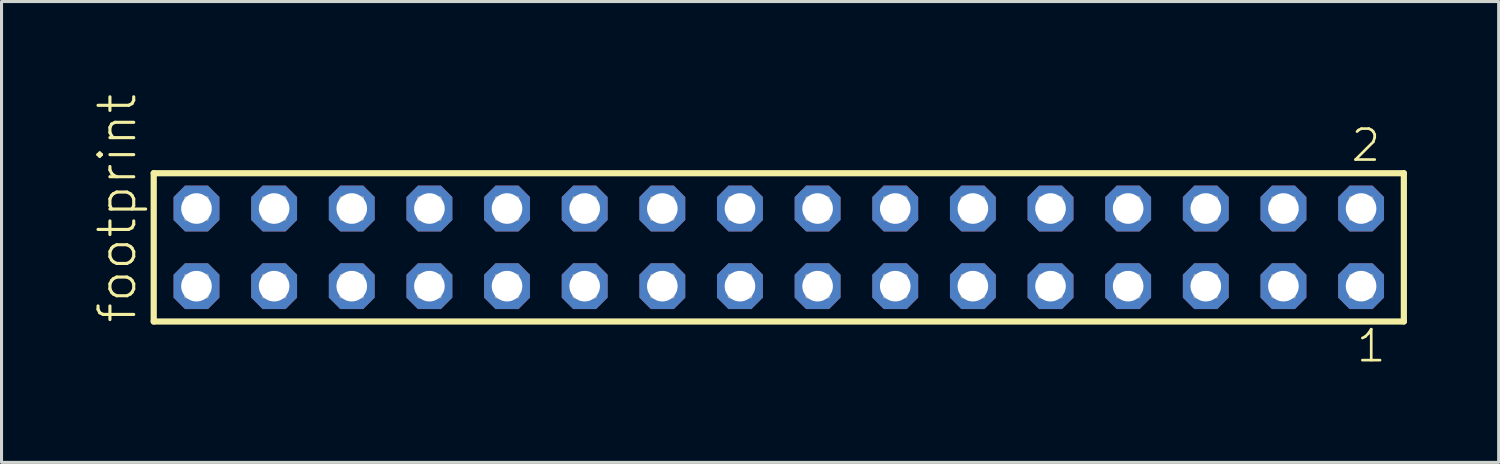
<source format=kicad_pcb>
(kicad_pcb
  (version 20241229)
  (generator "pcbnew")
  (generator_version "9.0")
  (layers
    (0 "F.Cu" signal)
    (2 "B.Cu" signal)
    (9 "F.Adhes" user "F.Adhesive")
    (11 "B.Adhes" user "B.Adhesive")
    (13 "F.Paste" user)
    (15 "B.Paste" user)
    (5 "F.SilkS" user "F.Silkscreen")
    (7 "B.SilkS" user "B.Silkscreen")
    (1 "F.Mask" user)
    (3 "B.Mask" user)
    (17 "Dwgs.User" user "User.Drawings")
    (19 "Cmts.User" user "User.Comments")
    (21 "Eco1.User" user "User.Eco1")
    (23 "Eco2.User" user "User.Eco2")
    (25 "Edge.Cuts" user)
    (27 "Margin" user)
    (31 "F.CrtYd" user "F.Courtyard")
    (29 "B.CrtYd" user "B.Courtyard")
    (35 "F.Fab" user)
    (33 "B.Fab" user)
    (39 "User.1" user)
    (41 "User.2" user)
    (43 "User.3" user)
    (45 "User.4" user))
  (footprint "footprint"
    (layer "F.Cu")
    (at 22.428 5.042)
    (property "Reference" "footprint" (at -20.955 2.54 90) (layer "F.SilkS") (effects (font (size 1.168 1.168) (thickness 0.102)) (justify left bottom)))
    (fp_line (start -20.449 -2.425) (end 20.449 -2.425) (stroke (width 0.203) (type solid)) (layer "F.SilkS"))
    (fp_line (start -20.449 2.425) (end -20.449 -2.425) (stroke (width 0.203) (type solid)) (layer "F.SilkS"))
    (fp_line (start 20.449 -2.425) (end 20.449 2.425) (stroke (width 0.203) (type solid)) (layer "F.SilkS"))
    (fp_line (start 20.449 2.425) (end -20.449 2.425) (stroke (width 0.203) (type solid)) (layer "F.SilkS"))
    (fp_poly (pts (xy -19.4 -0.92) (xy -18.7 -0.92) (xy -18.7 -1.62) (xy -19.4 -1.62)) (stroke (width 0.1) (type solid)) (fill no) (layer "F.Fab"))
    (fp_poly (pts (xy -19.4 1.62) (xy -18.7 1.62) (xy -18.7 0.92) (xy -19.4 0.92)) (stroke (width 0.1) (type solid)) (fill no) (layer "F.Fab"))
    (fp_poly (pts (xy -16.86 -0.92) (xy -16.16 -0.92) (xy -16.16 -1.62) (xy -16.86 -1.62)) (stroke (width 0.1) (type solid)) (fill no) (layer "F.Fab"))
    (fp_poly (pts (xy -16.86 1.62) (xy -16.16 1.62) (xy -16.16 0.92) (xy -16.86 0.92)) (stroke (width 0.1) (type solid)) (fill no) (layer "F.Fab"))
    (fp_poly (pts (xy -14.32 -0.92) (xy -13.62 -0.92) (xy -13.62 -1.62) (xy -14.32 -1.62)) (stroke (width 0.1) (type solid)) (fill no) (layer "F.Fab"))
    (fp_poly (pts (xy -14.32 1.62) (xy -13.62 1.62) (xy -13.62 0.92) (xy -14.32 0.92)) (stroke (width 0.1) (type solid)) (fill no) (layer "F.Fab"))
    (fp_poly (pts (xy -11.78 -0.92) (xy -11.08 -0.92) (xy -11.08 -1.62) (xy -11.78 -1.62)) (stroke (width 0.1) (type solid)) (fill no) (layer "F.Fab"))
    (fp_poly (pts (xy -11.78 1.62) (xy -11.08 1.62) (xy -11.08 0.92) (xy -11.78 0.92)) (stroke (width 0.1) (type solid)) (fill no) (layer "F.Fab"))
    (fp_poly (pts (xy -9.24 -0.92) (xy -8.54 -0.92) (xy -8.54 -1.62) (xy -9.24 -1.62)) (stroke (width 0.1) (type solid)) (fill no) (layer "F.Fab"))
    (fp_poly (pts (xy -9.24 1.62) (xy -8.54 1.62) (xy -8.54 0.92) (xy -9.24 0.92)) (stroke (width 0.1) (type solid)) (fill no) (layer "F.Fab"))
    (fp_poly (pts (xy -6.7 -0.92) (xy -6 -0.92) (xy -6 -1.62) (xy -6.7 -1.62)) (stroke (width 0.1) (type solid)) (fill no) (layer "F.Fab"))
    (fp_poly (pts (xy -6.7 1.62) (xy -6 1.62) (xy -6 0.92) (xy -6.7 0.92)) (stroke (width 0.1) (type solid)) (fill no) (layer "F.Fab"))
    (fp_poly (pts (xy -4.16 -0.92) (xy -3.46 -0.92) (xy -3.46 -1.62) (xy -4.16 -1.62)) (stroke (width 0.1) (type solid)) (fill no) (layer "F.Fab"))
    (fp_poly (pts (xy -4.16 1.62) (xy -3.46 1.62) (xy -3.46 0.92) (xy -4.16 0.92)) (stroke (width 0.1) (type solid)) (fill no) (layer "F.Fab"))
    (fp_poly (pts (xy -1.62 -0.92) (xy -0.92 -0.92) (xy -0.92 -1.62) (xy -1.62 -1.62)) (stroke (width 0.1) (type solid)) (fill no) (layer "F.Fab"))
    (fp_poly (pts (xy -1.62 1.62) (xy -0.92 1.62) (xy -0.92 0.92) (xy -1.62 0.92)) (stroke (width 0.1) (type solid)) (fill no) (layer "F.Fab"))
    (fp_poly (pts (xy 0.92 -0.92) (xy 1.62 -0.92) (xy 1.62 -1.62) (xy 0.92 -1.62)) (stroke (width 0.1) (type solid)) (fill no) (layer "F.Fab"))
    (fp_poly (pts (xy 0.92 1.62) (xy 1.62 1.62) (xy 1.62 0.92) (xy 0.92 0.92)) (stroke (width 0.1) (type solid)) (fill no) (layer "F.Fab"))
    (fp_poly (pts (xy 3.46 -0.92) (xy 4.16 -0.92) (xy 4.16 -1.62) (xy 3.46 -1.62)) (stroke (width 0.1) (type solid)) (fill no) (layer "F.Fab"))
    (fp_poly (pts (xy 3.46 1.62) (xy 4.16 1.62) (xy 4.16 0.92) (xy 3.46 0.92)) (stroke (width 0.1) (type solid)) (fill no) (layer "F.Fab"))
    (fp_poly (pts (xy 6 -0.92) (xy 6.7 -0.92) (xy 6.7 -1.62) (xy 6 -1.62)) (stroke (width 0.1) (type solid)) (fill no) (layer "F.Fab"))
    (fp_poly (pts (xy 6 1.62) (xy 6.7 1.62) (xy 6.7 0.92) (xy 6 0.92)) (stroke (width 0.1) (type solid)) (fill no) (layer "F.Fab"))
    (fp_poly (pts (xy 8.54 -0.92) (xy 9.24 -0.92) (xy 9.24 -1.62) (xy 8.54 -1.62)) (stroke (width 0.1) (type solid)) (fill no) (layer "F.Fab"))
    (fp_poly (pts (xy 8.54 1.62) (xy 9.24 1.62) (xy 9.24 0.92) (xy 8.54 0.92)) (stroke (width 0.1) (type solid)) (fill no) (layer "F.Fab"))
    (fp_poly (pts (xy 11.08 -0.92) (xy 11.78 -0.92) (xy 11.78 -1.62) (xy 11.08 -1.62)) (stroke (width 0.1) (type solid)) (fill no) (layer "F.Fab"))
    (fp_poly (pts (xy 11.08 1.62) (xy 11.78 1.62) (xy 11.78 0.92) (xy 11.08 0.92)) (stroke (width 0.1) (type solid)) (fill no) (layer "F.Fab"))
    (fp_poly (pts (xy 13.62 -0.92) (xy 14.32 -0.92) (xy 14.32 -1.62) (xy 13.62 -1.62)) (stroke (width 0.1) (type solid)) (fill no) (layer "F.Fab"))
    (fp_poly (pts (xy 13.62 1.62) (xy 14.32 1.62) (xy 14.32 0.92) (xy 13.62 0.92)) (stroke (width 0.1) (type solid)) (fill no) (layer "F.Fab"))
    (fp_poly (pts (xy 16.16 -0.92) (xy 16.86 -0.92) (xy 16.86 -1.62) (xy 16.16 -1.62)) (stroke (width 0.1) (type solid)) (fill no) (layer "F.Fab"))
    (fp_poly (pts (xy 16.16 1.62) (xy 16.86 1.62) (xy 16.86 0.92) (xy 16.16 0.92)) (stroke (width 0.1) (type solid)) (fill no) (layer "F.Fab"))
    (fp_poly (pts (xy 18.7 -0.92) (xy 19.4 -0.92) (xy 19.4 -1.62) (xy 18.7 -1.62)) (stroke (width 0.1) (type solid)) (fill no) (layer "F.Fab"))
    (fp_poly (pts (xy 18.7 1.62) (xy 19.4 1.62) (xy 19.4 0.92) (xy 18.7 0.92)) (stroke (width 0.1) (type solid)) (fill no) (layer "F.Fab"))
    (fp_text user "1" (at 18.842 3.818 0) (layer "F.SilkS") (effects (font (size 1.012 1.012) (thickness 0.088)) (justify left bottom)))
    (fp_text user "2" (at 18.667 -2.744 0) (layer "F.SilkS") (effects (font (size 1.012 1.012) (thickness 0.088)) (justify left bottom)))
    (pad "1" thru_hole roundrect (at 19.05 1.27 180) (size 1.5 1.5) (drill 1) (layers "*.Cu" "*.Mask") (roundrect_rratio 0.25) (chamfer_ratio 0.25) (chamfer top_left top_right bottom_left bottom_right))
    (pad "2" thru_hole roundrect (at 19.05 -1.27 180) (size 1.5 1.5) (drill 1) (layers "*.Cu" "*.Mask") (roundrect_rratio 0.25) (chamfer_ratio 0.25) (chamfer top_left top_right bottom_left bottom_right))
    (pad "3" thru_hole roundrect (at 16.51 1.27 180) (size 1.5 1.5) (drill 1) (layers "*.Cu" "*.Mask") (roundrect_rratio 0.25) (chamfer_ratio 0.25) (chamfer top_left top_right bottom_left bottom_right))
    (pad "4" thru_hole roundrect (at 16.51 -1.27 180) (size 1.5 1.5) (drill 1) (layers "*.Cu" "*.Mask") (roundrect_rratio 0.25) (chamfer_ratio 0.25) (chamfer top_left top_right bottom_left bottom_right))
    (pad "5" thru_hole roundrect (at 13.97 1.27 180) (size 1.5 1.5) (drill 1) (layers "*.Cu" "*.Mask") (roundrect_rratio 0.25) (chamfer_ratio 0.25) (chamfer top_left top_right bottom_left bottom_right))
    (pad "6" thru_hole roundrect (at 13.97 -1.27 180) (size 1.5 1.5) (drill 1) (layers "*.Cu" "*.Mask") (roundrect_rratio 0.25) (chamfer_ratio 0.25) (chamfer top_left top_right bottom_left bottom_right))
    (pad "7" thru_hole roundrect (at 11.43 1.27 180) (size 1.5 1.5) (drill 1) (layers "*.Cu" "*.Mask") (roundrect_rratio 0.25) (chamfer_ratio 0.25) (chamfer top_left top_right bottom_left bottom_right))
    (pad "8" thru_hole roundrect (at 11.43 -1.27 180) (size 1.5 1.5) (drill 1) (layers "*.Cu" "*.Mask") (roundrect_rratio 0.25) (chamfer_ratio 0.25) (chamfer top_left top_right bottom_left bottom_right))
    (pad "9" thru_hole roundrect (at 8.89 1.27 180) (size 1.5 1.5) (drill 1) (layers "*.Cu" "*.Mask") (roundrect_rratio 0.25) (chamfer_ratio 0.25) (chamfer top_left top_right bottom_left bottom_right))
    (pad "10" thru_hole roundrect (at 8.89 -1.27 180) (size 1.5 1.5) (drill 1) (layers "*.Cu" "*.Mask") (roundrect_rratio 0.25) (chamfer_ratio 0.25) (chamfer top_left top_right bottom_left bottom_right))
    (pad "11" thru_hole roundrect (at 6.35 1.27 180) (size 1.5 1.5) (drill 1) (layers "*.Cu" "*.Mask") (roundrect_rratio 0.25) (chamfer_ratio 0.25) (chamfer top_left top_right bottom_left bottom_right))
    (pad "12" thru_hole roundrect (at 6.35 -1.27 180) (size 1.5 1.5) (drill 1) (layers "*.Cu" "*.Mask") (roundrect_rratio 0.25) (chamfer_ratio 0.25) (chamfer top_left top_right bottom_left bottom_right))
    (pad "13" thru_hole roundrect (at 3.81 1.27 180) (size 1.5 1.5) (drill 1) (layers "*.Cu" "*.Mask") (roundrect_rratio 0.25) (chamfer_ratio 0.25) (chamfer top_left top_right bottom_left bottom_right))
    (pad "14" thru_hole roundrect (at 3.81 -1.27 180) (size 1.5 1.5) (drill 1) (layers "*.Cu" "*.Mask") (roundrect_rratio 0.25) (chamfer_ratio 0.25) (chamfer top_left top_right bottom_left bottom_right))
    (pad "15" thru_hole roundrect (at 1.27 1.27 180) (size 1.5 1.5) (drill 1) (layers "*.Cu" "*.Mask") (roundrect_rratio 0.25) (chamfer_ratio 0.25) (chamfer top_left top_right bottom_left bottom_right))
    (pad "16" thru_hole roundrect (at 1.27 -1.27 180) (size 1.5 1.5) (drill 1) (layers "*.Cu" "*.Mask") (roundrect_rratio 0.25) (chamfer_ratio 0.25) (chamfer top_left top_right bottom_left bottom_right))
    (pad "17" thru_hole roundrect (at -1.27 1.27 180) (size 1.5 1.5) (drill 1) (layers "*.Cu" "*.Mask") (roundrect_rratio 0.25) (chamfer_ratio 0.25) (chamfer top_left top_right bottom_left bottom_right))
    (pad "18" thru_hole roundrect (at -1.27 -1.27 180) (size 1.5 1.5) (drill 1) (layers "*.Cu" "*.Mask") (roundrect_rratio 0.25) (chamfer_ratio 0.25) (chamfer top_left top_right bottom_left bottom_right))
    (pad "19" thru_hole roundrect (at -3.81 1.27 180) (size 1.5 1.5) (drill 1) (layers "*.Cu" "*.Mask") (roundrect_rratio 0.25) (chamfer_ratio 0.25) (chamfer top_left top_right bottom_left bottom_right))
    (pad "20" thru_hole roundrect (at -3.81 -1.27 180) (size 1.5 1.5) (drill 1) (layers "*.Cu" "*.Mask") (roundrect_rratio 0.25) (chamfer_ratio 0.25) (chamfer top_left top_right bottom_left bottom_right))
    (pad "21" thru_hole roundrect (at -6.35 1.27 180) (size 1.5 1.5) (drill 1) (layers "*.Cu" "*.Mask") (roundrect_rratio 0.25) (chamfer_ratio 0.25) (chamfer top_left top_right bottom_left bottom_right))
    (pad "22" thru_hole roundrect (at -6.35 -1.27 180) (size 1.5 1.5) (drill 1) (layers "*.Cu" "*.Mask") (roundrect_rratio 0.25) (chamfer_ratio 0.25) (chamfer top_left top_right bottom_left bottom_right))
    (pad "23" thru_hole roundrect (at -8.89 1.27 180) (size 1.5 1.5) (drill 1) (layers "*.Cu" "*.Mask") (roundrect_rratio 0.25) (chamfer_ratio 0.25) (chamfer top_left top_right bottom_left bottom_right))
    (pad "24" thru_hole roundrect (at -8.89 -1.27 180) (size 1.5 1.5) (drill 1) (layers "*.Cu" "*.Mask") (roundrect_rratio 0.25) (chamfer_ratio 0.25) (chamfer top_left top_right bottom_left bottom_right))
    (pad "25" thru_hole roundrect (at -11.43 1.27 180) (size 1.5 1.5) (drill 1) (layers "*.Cu" "*.Mask") (roundrect_rratio 0.25) (chamfer_ratio 0.25) (chamfer top_left top_right bottom_left bottom_right))
    (pad "26" thru_hole roundrect (at -11.43 -1.27 180) (size 1.5 1.5) (drill 1) (layers "*.Cu" "*.Mask") (roundrect_rratio 0.25) (chamfer_ratio 0.25) (chamfer top_left top_right bottom_left bottom_right))
    (pad "27" thru_hole roundrect (at -13.97 1.27 180) (size 1.5 1.5) (drill 1) (layers "*.Cu" "*.Mask") (roundrect_rratio 0.25) (chamfer_ratio 0.25) (chamfer top_left top_right bottom_left bottom_right))
    (pad "28" thru_hole roundrect (at -13.97 -1.27 180) (size 1.5 1.5) (drill 1) (layers "*.Cu" "*.Mask") (roundrect_rratio 0.25) (chamfer_ratio 0.25) (chamfer top_left top_right bottom_left bottom_right))
    (pad "29" thru_hole roundrect (at -16.51 1.27 180) (size 1.5 1.5) (drill 1) (layers "*.Cu" "*.Mask") (roundrect_rratio 0.25) (chamfer_ratio 0.25) (chamfer top_left top_right bottom_left bottom_right))
    (pad "30" thru_hole roundrect (at -16.51 -1.27 180) (size 1.5 1.5) (drill 1) (layers "*.Cu" "*.Mask") (roundrect_rratio 0.25) (chamfer_ratio 0.25) (chamfer top_left top_right bottom_left bottom_right))
    (pad "31" thru_hole roundrect (at -19.05 1.27 180) (size 1.5 1.5) (drill 1) (layers "*.Cu" "*.Mask") (roundrect_rratio 0.25) (chamfer_ratio 0.25) (chamfer top_left top_right bottom_left bottom_right))
    (pad "32" thru_hole roundrect (at -19.05 -1.27 180) (size 1.5 1.5) (drill 1) (layers "*.Cu" "*.Mask") (roundrect_rratio 0.25) (chamfer_ratio 0.25) (chamfer top_left top_right bottom_left bottom_right)))
  (gr_rect
    (start -3 -3)
    (end 45.979 12.077)
    (stroke (width 0.1) (type default))
    (fill no)
    (layer "Edge.Cuts")))
</source>
